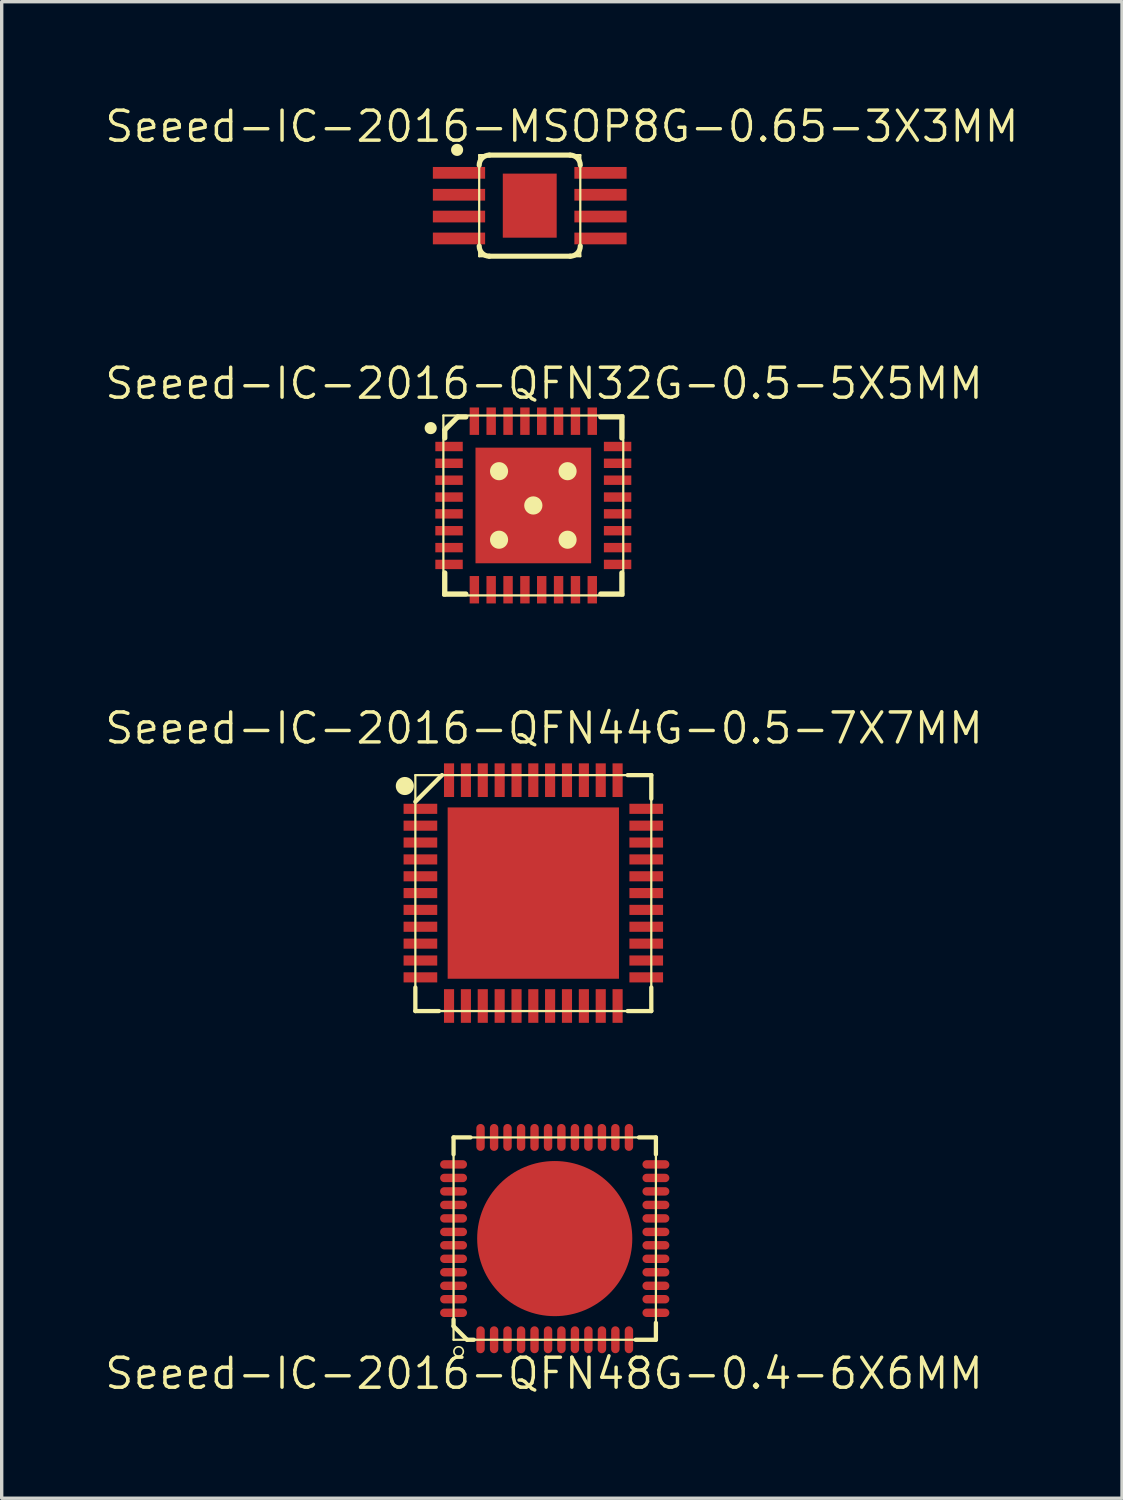
<source format=kicad_pcb>
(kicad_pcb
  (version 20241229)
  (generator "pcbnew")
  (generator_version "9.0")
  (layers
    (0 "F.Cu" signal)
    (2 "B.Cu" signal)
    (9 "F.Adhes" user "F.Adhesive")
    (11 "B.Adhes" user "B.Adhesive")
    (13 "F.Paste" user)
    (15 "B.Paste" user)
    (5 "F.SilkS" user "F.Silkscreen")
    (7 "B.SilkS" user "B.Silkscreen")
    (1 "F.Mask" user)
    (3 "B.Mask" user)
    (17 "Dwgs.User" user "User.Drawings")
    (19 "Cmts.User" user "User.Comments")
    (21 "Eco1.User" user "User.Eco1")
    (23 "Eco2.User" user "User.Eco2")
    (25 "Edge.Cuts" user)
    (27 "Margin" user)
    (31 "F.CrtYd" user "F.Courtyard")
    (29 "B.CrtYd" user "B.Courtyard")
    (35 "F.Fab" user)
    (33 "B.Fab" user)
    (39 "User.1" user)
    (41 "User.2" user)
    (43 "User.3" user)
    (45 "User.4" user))
  (footprint "Seeed-IC-2016-QFN48G-0.4-6X6MM"
    (layer "F.Cu")
    (at 13.399 33.677)
    (property "Reference" "Seeed-IC-2016-QFN48G-0.4-6X6MM" (at -0.318 4 0) (layer "F.SilkS") (effects (font (size 0.889 0.889) (thickness 0.102))))
    (attr smd)
    (fp_line (start -3 -3) (end -2.499 -3) (stroke (width 0.127) (type solid)) (layer "F.SilkS"))
    (fp_line (start -3 -3) (end 3 -3) (stroke (width 0.066) (type solid)) (layer "F.SilkS"))
    (fp_line (start -3 -2.499) (end -3 -3) (stroke (width 0.127) (type solid)) (layer "F.SilkS"))
    (fp_line (start -3 2.398) (end -3 2.598) (stroke (width 0.127) (type solid)) (layer "F.SilkS"))
    (fp_line (start -3 3) (end -3 -3) (stroke (width 0.066) (type solid)) (layer "F.SilkS"))
    (fp_line (start -3 3) (end 3 3) (stroke (width 0.066) (type solid)) (layer "F.SilkS"))
    (fp_line (start -2.598 3) (end -3 2.598) (stroke (width 0.127) (type solid)) (layer "F.SilkS"))
    (fp_line (start -2.398 3) (end -2.598 3) (stroke (width 0.127) (type solid)) (layer "F.SilkS"))
    (fp_line (start 2.398 3) (end 3 3) (stroke (width 0.127) (type solid)) (layer "F.SilkS"))
    (fp_line (start 3 -3) (end 2.499 -3) (stroke (width 0.127) (type solid)) (layer "F.SilkS"))
    (fp_line (start 3 -2.499) (end 3 -3) (stroke (width 0.127) (type solid)) (layer "F.SilkS"))
    (fp_line (start 3 3) (end 3 -3) (stroke (width 0.066) (type solid)) (layer "F.SilkS"))
    (fp_line (start 3 3) (end 3 2.499) (stroke (width 0.127) (type solid)) (layer "F.SilkS"))
    (fp_circle (center -2.85 3.348) (end -2.949 3.447) (stroke (width 0.048) (type solid)) (fill no) (layer "F.SilkS"))
    (pad "1" smd oval (at -2.2 3 90) (size 0.798 0.249) (layers "F.Cu" "F.Mask" "F.Paste"))
    (pad "2" smd oval (at -1.798 3 90) (size 0.798 0.249) (layers "F.Cu" "F.Mask" "F.Paste"))
    (pad "3" smd oval (at -1.4 3 90) (size 0.798 0.249) (layers "F.Cu" "F.Mask" "F.Paste"))
    (pad "4" smd oval (at -0.998 3 90) (size 0.798 0.249) (layers "F.Cu" "F.Mask" "F.Paste"))
    (pad "5" smd oval (at -0.599 3 90) (size 0.798 0.249) (layers "F.Cu" "F.Mask" "F.Paste"))
    (pad "6" smd oval (at -0.198 3 90) (size 0.798 0.249) (layers "F.Cu" "F.Mask" "F.Paste"))
    (pad "7" smd oval (at 0.198 3 90) (size 0.798 0.249) (layers "F.Cu" "F.Mask" "F.Paste"))
    (pad "8" smd oval (at 0.599 3 90) (size 0.798 0.249) (layers "F.Cu" "F.Mask" "F.Paste"))
    (pad "9" smd oval (at 0.998 3 90) (size 0.798 0.249) (layers "F.Cu" "F.Mask" "F.Paste"))
    (pad "10" smd oval (at 1.4 3 90) (size 0.798 0.249) (layers "F.Cu" "F.Mask" "F.Paste"))
    (pad "11" smd oval (at 1.798 3 90) (size 0.798 0.249) (layers "F.Cu" "F.Mask" "F.Paste"))
    (pad "12" smd oval (at 2.2 3 90) (size 0.798 0.249) (layers "F.Cu" "F.Mask" "F.Paste"))
    (pad "13" smd oval (at 3 2.2 180) (size 0.798 0.249) (layers "F.Cu" "F.Mask" "F.Paste"))
    (pad "14" smd oval (at 3 1.798 180) (size 0.798 0.249) (layers "F.Cu" "F.Mask" "F.Paste"))
    (pad "15" smd oval (at 3 1.4 180) (size 0.798 0.249) (layers "F.Cu" "F.Mask" "F.Paste"))
    (pad "16" smd oval (at 3 0.998 180) (size 0.798 0.249) (layers "F.Cu" "F.Mask" "F.Paste"))
    (pad "17" smd oval (at 3 0.599 180) (size 0.798 0.249) (layers "F.Cu" "F.Mask" "F.Paste"))
    (pad "18" smd oval (at 3 0.198 180) (size 0.798 0.249) (layers "F.Cu" "F.Mask" "F.Paste"))
    (pad "19" smd oval (at 3 -0.198 180) (size 0.798 0.249) (layers "F.Cu" "F.Mask" "F.Paste"))
    (pad "20" smd oval (at 3 -0.599 180) (size 0.798 0.249) (layers "F.Cu" "F.Mask" "F.Paste"))
    (pad "21" smd oval (at 3 -0.998 180) (size 0.798 0.249) (layers "F.Cu" "F.Mask" "F.Paste"))
    (pad "22" smd oval (at 3 -1.4 180) (size 0.798 0.249) (layers "F.Cu" "F.Mask" "F.Paste"))
    (pad "23" smd oval (at 3 -1.798 180) (size 0.798 0.249) (layers "F.Cu" "F.Mask" "F.Paste"))
    (pad "24" smd oval (at 3 -2.2 180) (size 0.798 0.249) (layers "F.Cu" "F.Mask" "F.Paste"))
    (pad "25" smd oval (at 2.2 -3 270) (size 0.798 0.249) (layers "F.Cu" "F.Mask" "F.Paste"))
    (pad "26" smd oval (at 1.798 -3 270) (size 0.798 0.249) (layers "F.Cu" "F.Mask" "F.Paste"))
    (pad "27" smd oval (at 1.4 -3 270) (size 0.798 0.249) (layers "F.Cu" "F.Mask" "F.Paste"))
    (pad "28" smd oval (at 0.998 -3 270) (size 0.798 0.249) (layers "F.Cu" "F.Mask" "F.Paste"))
    (pad "29" smd oval (at 0.599 -3 270) (size 0.798 0.249) (layers "F.Cu" "F.Mask" "F.Paste"))
    (pad "30" smd oval (at 0.198 -3 270) (size 0.798 0.249) (layers "F.Cu" "F.Mask" "F.Paste"))
    (pad "31" smd oval (at -0.198 -3 270) (size 0.798 0.249) (layers "F.Cu" "F.Mask" "F.Paste"))
    (pad "32" smd oval (at -0.599 -3 270) (size 0.798 0.249) (layers "F.Cu" "F.Mask" "F.Paste"))
    (pad "33" smd oval (at -0.998 -3 270) (size 0.798 0.249) (layers "F.Cu" "F.Mask" "F.Paste"))
    (pad "34" smd oval (at -1.4 -3 270) (size 0.798 0.249) (layers "F.Cu" "F.Mask" "F.Paste"))
    (pad "35" smd oval (at -1.798 -3 270) (size 0.798 0.249) (layers "F.Cu" "F.Mask" "F.Paste"))
    (pad "36" smd oval (at -2.2 -3 270) (size 0.798 0.249) (layers "F.Cu" "F.Mask" "F.Paste"))
    (pad "37" smd oval (at -3 -2.2) (size 0.798 0.249) (layers "F.Cu" "F.Mask" "F.Paste"))
    (pad "38" smd oval (at -3 -1.798) (size 0.798 0.249) (layers "F.Cu" "F.Mask" "F.Paste"))
    (pad "39" smd oval (at -3 -1.4) (size 0.798 0.249) (layers "F.Cu" "F.Mask" "F.Paste"))
    (pad "40" smd oval (at -3 -0.998) (size 0.798 0.249) (layers "F.Cu" "F.Mask" "F.Paste"))
    (pad "41" smd oval (at -3 -0.599) (size 0.798 0.249) (layers "F.Cu" "F.Mask" "F.Paste"))
    (pad "42" smd oval (at -3 -0.198) (size 0.798 0.249) (layers "F.Cu" "F.Mask" "F.Paste"))
    (pad "43" smd oval (at -3 0.198) (size 0.798 0.249) (layers "F.Cu" "F.Mask" "F.Paste"))
    (pad "44" smd oval (at -3 0.599) (size 0.798 0.249) (layers "F.Cu" "F.Mask" "F.Paste"))
    (pad "45" smd oval (at -3 0.998) (size 0.798 0.249) (layers "F.Cu" "F.Mask" "F.Paste"))
    (pad "46" smd oval (at -3 1.4) (size 0.798 0.249) (layers "F.Cu" "F.Mask" "F.Paste"))
    (pad "47" smd oval (at -3 1.798) (size 0.798 0.249) (layers "F.Cu" "F.Mask" "F.Paste"))
    (pad "48" smd oval (at -3 2.2) (size 0.798 0.249) (layers "F.Cu" "F.Mask" "F.Paste"))
    (pad "PAD" smd oval (at 0 0) (size 4.6 4.6) (layers "F.Cu" "F.Mask" "F.Paste")))
  (footprint "Seeed-IC-2016-QFN32G-0.5-5X5MM"
    (layer "F.Cu")
    (at 12.764 11.938)
    (property "Reference" "Seeed-IC-2016-QFN32G-0.5-5X5MM" (at 0.318 -3.617 0) (layer "F.SilkS") (effects (font (size 0.889 0.889) (thickness 0.102))))
    (attr smd)
    (fp_line (start -2.667 -2.667) (end 2.667 -2.667) (stroke (width 0.066) (type solid)) (layer "F.SilkS"))
    (fp_line (start -2.667 2.667) (end -2.667 -2.667) (stroke (width 0.066) (type solid)) (layer "F.SilkS"))
    (fp_line (start -2.667 2.667) (end 2.667 2.667) (stroke (width 0.066) (type solid)) (layer "F.SilkS"))
    (fp_line (start -2.624 -2.243) (end -2.243 -2.624) (stroke (width 0.152) (type solid)) (layer "F.SilkS"))
    (fp_line (start -2.624 -1.999) (end -2.624 -2.243) (stroke (width 0.152) (type solid)) (layer "F.SilkS"))
    (fp_line (start -2.624 2.624) (end -2.624 1.999) (stroke (width 0.152) (type solid)) (layer "F.SilkS"))
    (fp_line (start -2.243 -2.624) (end -1.999 -2.624) (stroke (width 0.152) (type solid)) (layer "F.SilkS"))
    (fp_line (start -1.999 2.624) (end -2.624 2.624) (stroke (width 0.152) (type solid)) (layer "F.SilkS"))
    (fp_line (start 1.999 -2.624) (end 2.624 -2.624) (stroke (width 0.152) (type solid)) (layer "F.SilkS"))
    (fp_line (start 2.624 -2.624) (end 2.624 -1.999) (stroke (width 0.152) (type solid)) (layer "F.SilkS"))
    (fp_line (start 2.624 1.999) (end 2.624 2.624) (stroke (width 0.152) (type solid)) (layer "F.SilkS"))
    (fp_line (start 2.624 2.624) (end 1.999 2.624) (stroke (width 0.152) (type solid)) (layer "F.SilkS"))
    (fp_line (start 2.667 2.667) (end 2.667 -2.667) (stroke (width 0.066) (type solid)) (layer "F.SilkS"))
    (fp_circle (center -3.043 -2.294) (end -3.17 -2.421) (stroke (width 0) (type solid)) (fill yes) (layer "F.SilkS"))
    (fp_circle (center -1.016 -1.016) (end -1.206 -1.206) (stroke (width 0) (type solid)) (fill yes) (layer "F.SilkS"))
    (fp_circle (center -1.016 1.016) (end -1.206 1.206) (stroke (width 0) (type solid)) (fill yes) (layer "F.SilkS"))
    (fp_circle (center 0 0) (end -0.191 0.191) (stroke (width 0) (type solid)) (fill yes) (layer "F.SilkS"))
    (fp_circle (center 1.016 -1.016) (end 1.206 -1.206) (stroke (width 0) (type solid)) (fill yes) (layer "F.SilkS"))
    (fp_circle (center 1.016 1.016) (end 1.206 1.206) (stroke (width 0) (type solid)) (fill yes) (layer "F.SilkS"))
    (pad "1" smd rect (at -2.499 -1.748) (size 0.813 0.279) (layers "F.Cu" "F.Mask" "F.Paste"))
    (pad "2" smd rect (at -2.499 -1.25) (size 0.813 0.279) (layers "F.Cu" "F.Mask" "F.Paste"))
    (pad "3" smd rect (at -2.499 -0.749) (size 0.813 0.279) (layers "F.Cu" "F.Mask" "F.Paste"))
    (pad "4" smd rect (at -2.499 -0.249) (size 0.813 0.279) (layers "F.Cu" "F.Mask" "F.Paste"))
    (pad "5" smd rect (at -2.499 0.249) (size 0.813 0.279) (layers "F.Cu" "F.Mask" "F.Paste"))
    (pad "6" smd rect (at -2.499 0.749) (size 0.813 0.279) (layers "F.Cu" "F.Mask" "F.Paste"))
    (pad "7" smd rect (at -2.499 1.25) (size 0.813 0.279) (layers "F.Cu" "F.Mask" "F.Paste"))
    (pad "8" smd rect (at -2.499 1.748) (size 0.813 0.279) (layers "F.Cu" "F.Mask" "F.Paste"))
    (pad "9" smd rect (at -1.748 2.499 90) (size 0.813 0.279) (layers "F.Cu" "F.Mask" "F.Paste"))
    (pad "10" smd rect (at -1.25 2.499 90) (size 0.813 0.279) (layers "F.Cu" "F.Mask" "F.Paste"))
    (pad "11" smd rect (at -0.749 2.499 90) (size 0.813 0.279) (layers "F.Cu" "F.Mask" "F.Paste"))
    (pad "12" smd rect (at -0.249 2.499 90) (size 0.813 0.279) (layers "F.Cu" "F.Mask" "F.Paste"))
    (pad "13" smd rect (at 0.249 2.499 90) (size 0.813 0.279) (layers "F.Cu" "F.Mask" "F.Paste"))
    (pad "14" smd rect (at 0.749 2.499 90) (size 0.813 0.279) (layers "F.Cu" "F.Mask" "F.Paste"))
    (pad "15" smd rect (at 1.25 2.499 90) (size 0.813 0.279) (layers "F.Cu" "F.Mask" "F.Paste"))
    (pad "16" smd rect (at 1.748 2.499 90) (size 0.813 0.279) (layers "F.Cu" "F.Mask" "F.Paste"))
    (pad "17" smd rect (at 2.499 1.748 180) (size 0.813 0.279) (layers "F.Cu" "F.Mask" "F.Paste"))
    (pad "18" smd rect (at 2.499 1.25 180) (size 0.813 0.279) (layers "F.Cu" "F.Mask" "F.Paste"))
    (pad "19" smd rect (at 2.499 0.749 180) (size 0.813 0.279) (layers "F.Cu" "F.Mask" "F.Paste"))
    (pad "20" smd rect (at 2.499 0.249 180) (size 0.813 0.279) (layers "F.Cu" "F.Mask" "F.Paste"))
    (pad "21" smd rect (at 2.499 -0.249 180) (size 0.813 0.279) (layers "F.Cu" "F.Mask" "F.Paste"))
    (pad "22" smd rect (at 2.499 -0.749 180) (size 0.813 0.279) (layers "F.Cu" "F.Mask" "F.Paste"))
    (pad "23" smd rect (at 2.499 -1.25 180) (size 0.813 0.279) (layers "F.Cu" "F.Mask" "F.Paste"))
    (pad "24" smd rect (at 2.499 -1.748 180) (size 0.813 0.279) (layers "F.Cu" "F.Mask" "F.Paste"))
    (pad "25" smd rect (at 1.748 -2.499 270) (size 0.813 0.279) (layers "F.Cu" "F.Mask" "F.Paste"))
    (pad "26" smd rect (at 1.25 -2.499 270) (size 0.813 0.279) (layers "F.Cu" "F.Mask" "F.Paste"))
    (pad "27" smd rect (at 0.749 -2.499 270) (size 0.813 0.279) (layers "F.Cu" "F.Mask" "F.Paste"))
    (pad "28" smd rect (at 0.249 -2.499 270) (size 0.813 0.279) (layers "F.Cu" "F.Mask" "F.Paste"))
    (pad "29" smd rect (at -0.249 -2.499 270) (size 0.813 0.279) (layers "F.Cu" "F.Mask" "F.Paste"))
    (pad "30" smd rect (at -0.749 -2.499 270) (size 0.813 0.279) (layers "F.Cu" "F.Mask" "F.Paste"))
    (pad "31" smd rect (at -1.25 -2.499 270) (size 0.813 0.279) (layers "F.Cu" "F.Mask" "F.Paste"))
    (pad "32" smd rect (at -1.748 -2.499 270) (size 0.813 0.279) (layers "F.Cu" "F.Mask" "F.Paste"))
    (pad "33" smd rect (at 0 0) (size 3.429 3.429) (layers "F.Cu" "F.Mask" "F.Paste")))
  (footprint "Seeed-IC-2016-QFN44G-0.5-7X7MM"
    (layer "F.Cu")
    (at 12.764 23.432)
    (property "Reference" "Seeed-IC-2016-QFN44G-0.5-7X7MM" (at 0.318 -4.889 0) (layer "F.SilkS") (effects (font (size 0.889 0.889) (thickness 0.102))))
    (attr smd)
    (fp_line (start -3.498 -3.498) (end 3.498 -3.498) (stroke (width 0.066) (type solid)) (layer "F.SilkS"))
    (fp_line (start -3.498 -2.708) (end -2.708 -3.498) (stroke (width 0.127) (type solid)) (layer "F.SilkS"))
    (fp_line (start -3.498 2.799) (end -3.498 3.498) (stroke (width 0.127) (type solid)) (layer "F.SilkS"))
    (fp_line (start -3.498 3.498) (end -3.498 -3.498) (stroke (width 0.066) (type solid)) (layer "F.SilkS"))
    (fp_line (start -3.498 3.498) (end -2.799 3.498) (stroke (width 0.127) (type solid)) (layer "F.SilkS"))
    (fp_line (start -3.498 3.498) (end 3.498 3.498) (stroke (width 0.066) (type solid)) (layer "F.SilkS"))
    (fp_line (start 2.799 3.498) (end 3.498 3.498) (stroke (width 0.127) (type solid)) (layer "F.SilkS"))
    (fp_line (start 3.498 -3.498) (end 2.799 -3.498) (stroke (width 0.127) (type solid)) (layer "F.SilkS"))
    (fp_line (start 3.498 -2.799) (end 3.498 -3.498) (stroke (width 0.127) (type solid)) (layer "F.SilkS"))
    (fp_line (start 3.498 3.498) (end 3.498 -3.498) (stroke (width 0.066) (type solid)) (layer "F.SilkS"))
    (fp_line (start 3.498 3.498) (end 3.498 2.799) (stroke (width 0.127) (type solid)) (layer "F.SilkS"))
    (fp_circle (center -3.81 -3.175) (end -4 -3.365) (stroke (width 0) (type solid)) (fill yes) (layer "F.SilkS"))
    (pad "1" smd rect (at -3.348 -2.499 180) (size 0.998 0.3) (layers "F.Cu" "F.Mask" "F.Paste"))
    (pad "2" smd rect (at -3.348 -1.999 180) (size 0.998 0.3) (layers "F.Cu" "F.Mask" "F.Paste"))
    (pad "3" smd rect (at -3.348 -1.499 180) (size 0.998 0.3) (layers "F.Cu" "F.Mask" "F.Paste"))
    (pad "4" smd rect (at -3.348 -0.998 180) (size 0.998 0.3) (layers "F.Cu" "F.Mask" "F.Paste"))
    (pad "5" smd rect (at -3.348 -0.498 180) (size 0.998 0.3) (layers "F.Cu" "F.Mask" "F.Paste"))
    (pad "6" smd rect (at -3.348 0 180) (size 0.998 0.3) (layers "F.Cu" "F.Mask" "F.Paste"))
    (pad "7" smd rect (at -3.348 0.498 180) (size 0.998 0.3) (layers "F.Cu" "F.Mask" "F.Paste"))
    (pad "8" smd rect (at -3.348 0.998 180) (size 0.998 0.3) (layers "F.Cu" "F.Mask" "F.Paste"))
    (pad "9" smd rect (at -3.348 1.499 180) (size 0.998 0.3) (layers "F.Cu" "F.Mask" "F.Paste"))
    (pad "10" smd rect (at -3.348 1.999 180) (size 0.998 0.3) (layers "F.Cu" "F.Mask" "F.Paste"))
    (pad "11" smd rect (at -3.348 2.499 180) (size 0.998 0.3) (layers "F.Cu" "F.Mask" "F.Paste"))
    (pad "12" smd rect (at -2.499 3.348 270) (size 0.998 0.3) (layers "F.Cu" "F.Mask" "F.Paste"))
    (pad "13" smd rect (at -1.999 3.348 270) (size 0.998 0.3) (layers "F.Cu" "F.Mask" "F.Paste"))
    (pad "14" smd rect (at -1.499 3.348 270) (size 0.998 0.3) (layers "F.Cu" "F.Mask" "F.Paste"))
    (pad "15" smd rect (at -0.998 3.348 270) (size 0.998 0.3) (layers "F.Cu" "F.Mask" "F.Paste"))
    (pad "16" smd rect (at -0.498 3.348 270) (size 0.998 0.3) (layers "F.Cu" "F.Mask" "F.Paste"))
    (pad "17" smd rect (at 0 3.348 270) (size 0.998 0.3) (layers "F.Cu" "F.Mask" "F.Paste"))
    (pad "18" smd rect (at 0.498 3.348 270) (size 0.998 0.3) (layers "F.Cu" "F.Mask" "F.Paste"))
    (pad "19" smd rect (at 0.998 3.348 270) (size 0.998 0.3) (layers "F.Cu" "F.Mask" "F.Paste"))
    (pad "20" smd rect (at 1.499 3.348 270) (size 0.998 0.3) (layers "F.Cu" "F.Mask" "F.Paste"))
    (pad "21" smd rect (at 1.999 3.348 270) (size 0.998 0.3) (layers "F.Cu" "F.Mask" "F.Paste"))
    (pad "22" smd rect (at 2.499 3.348 270) (size 0.998 0.3) (layers "F.Cu" "F.Mask" "F.Paste"))
    (pad "23" smd rect (at 3.348 2.499) (size 0.998 0.3) (layers "F.Cu" "F.Mask" "F.Paste"))
    (pad "24" smd rect (at 3.348 1.999) (size 0.998 0.3) (layers "F.Cu" "F.Mask" "F.Paste"))
    (pad "25" smd rect (at 3.348 1.499) (size 0.998 0.3) (layers "F.Cu" "F.Mask" "F.Paste"))
    (pad "26" smd rect (at 3.348 0.998) (size 0.998 0.3) (layers "F.Cu" "F.Mask" "F.Paste"))
    (pad "27" smd rect (at 3.348 0.498) (size 0.998 0.3) (layers "F.Cu" "F.Mask" "F.Paste"))
    (pad "28" smd rect (at 3.348 0) (size 0.998 0.3) (layers "F.Cu" "F.Mask" "F.Paste"))
    (pad "29" smd rect (at 3.348 -0.498) (size 0.998 0.3) (layers "F.Cu" "F.Mask" "F.Paste"))
    (pad "30" smd rect (at 3.348 -0.998) (size 0.998 0.3) (layers "F.Cu" "F.Mask" "F.Paste"))
    (pad "31" smd rect (at 3.348 -1.499) (size 0.998 0.3) (layers "F.Cu" "F.Mask" "F.Paste"))
    (pad "32" smd rect (at 3.348 -1.999) (size 0.998 0.3) (layers "F.Cu" "F.Mask" "F.Paste"))
    (pad "33" smd rect (at 3.348 -2.499) (size 0.998 0.3) (layers "F.Cu" "F.Mask" "F.Paste"))
    (pad "34" smd rect (at 2.499 -3.348 90) (size 0.998 0.3) (layers "F.Cu" "F.Mask" "F.Paste"))
    (pad "35" smd rect (at 1.999 -3.348 90) (size 0.998 0.3) (layers "F.Cu" "F.Mask" "F.Paste"))
    (pad "36" smd rect (at 1.499 -3.348 90) (size 0.998 0.3) (layers "F.Cu" "F.Mask" "F.Paste"))
    (pad "37" smd rect (at 0.998 -3.348 90) (size 0.998 0.3) (layers "F.Cu" "F.Mask" "F.Paste"))
    (pad "38" smd rect (at 0.498 -3.348 90) (size 0.998 0.3) (layers "F.Cu" "F.Mask" "F.Paste"))
    (pad "39" smd rect (at 0 -3.348 90) (size 0.998 0.3) (layers "F.Cu" "F.Mask" "F.Paste"))
    (pad "40" smd rect (at -0.498 -3.348 90) (size 0.998 0.3) (layers "F.Cu" "F.Mask" "F.Paste"))
    (pad "41" smd rect (at -0.998 -3.348 90) (size 0.998 0.3) (layers "F.Cu" "F.Mask" "F.Paste"))
    (pad "42" smd rect (at -1.499 -3.348 90) (size 0.998 0.3) (layers "F.Cu" "F.Mask" "F.Paste"))
    (pad "43" smd rect (at -1.999 -3.348 90) (size 0.998 0.3) (layers "F.Cu" "F.Mask" "F.Paste"))
    (pad "44" smd rect (at -2.499 -3.348 90) (size 0.998 0.3) (layers "F.Cu" "F.Mask" "F.Paste"))
    (pad "TAB" smd rect (at 0 0) (size 5.08 5.08) (layers "F.Cu" "F.Mask" "F.Paste")))
  (footprint "Seeed-IC-2016-MSOP8G-0.65-3X3MM"
    (layer "F.Cu")
    (at 12.658 3.048)
    (property "Reference" "Seeed-IC-2016-MSOP8G-0.65-3X3MM" (at 0.953 -2.349 0) (layer "F.SilkS") (effects (font (size 0.889 0.889) (thickness 0.102))))
    (attr smd)
    (fp_line (start -1.499 -1.499) (end 1.499 -1.499) (stroke (width 0.066) (type solid)) (layer "F.SilkS"))
    (fp_line (start -1.499 1.499) (end -1.499 -1.499) (stroke (width 0.066) (type solid)) (layer "F.SilkS"))
    (fp_line (start -1.499 1.499) (end 1.499 1.499) (stroke (width 0.066) (type solid)) (layer "F.SilkS"))
    (fp_line (start -1.199 -1.499) (end 1.199 -1.499) (stroke (width 0.152) (type solid)) (layer "F.SilkS"))
    (fp_line (start -1.199 1.499) (end 1.199 1.499) (stroke (width 0.152) (type solid)) (layer "F.SilkS"))
    (fp_line (start 1.499 1.499) (end 1.499 -1.499) (stroke (width 0.066) (type solid)) (layer "F.SilkS"))
    (fp_arc (start -1.4986 -1.19888) (mid -1.410814 -1.410814) (end -1.19888 -1.4986) (stroke (width 0.1524) (type solid)) (layer "F.SilkS"))
    (fp_arc (start -1.19888 1.4986) (mid -1.410814 1.410814) (end -1.4986 1.19888) (stroke (width 0.1524) (type solid)) (layer "F.SilkS"))
    (fp_arc (start 1.19888 -1.4986) (mid 1.410814 -1.410814) (end 1.4986 -1.19888) (stroke (width 0.1524) (type solid)) (layer "F.SilkS"))
    (fp_arc (start 1.4986 1.19888) (mid 1.410814 1.410814) (end 1.19888 1.4986) (stroke (width 0.1524) (type solid)) (layer "F.SilkS"))
    (fp_circle (center -2.154 -1.654) (end -2.281 -1.781) (stroke (width 0) (type solid)) (fill yes) (layer "F.SilkS"))
    (pad "1" smd rect (at -2.098 -0.973 270) (size 0.348 1.549) (layers "F.Cu" "F.Mask" "F.Paste"))
    (pad "2" smd rect (at -2.098 -0.323 270) (size 0.348 1.549) (layers "F.Cu" "F.Mask" "F.Paste"))
    (pad "3" smd rect (at -2.098 0.323 270) (size 0.348 1.549) (layers "F.Cu" "F.Mask" "F.Paste"))
    (pad "4" smd rect (at -2.098 0.973 270) (size 0.348 1.549) (layers "F.Cu" "F.Mask" "F.Paste"))
    (pad "5" smd rect (at 2.098 0.973 270) (size 0.348 1.549) (layers "F.Cu" "F.Mask" "F.Paste"))
    (pad "6" smd rect (at 2.098 0.323 270) (size 0.348 1.549) (layers "F.Cu" "F.Mask" "F.Paste"))
    (pad "7" smd rect (at 2.098 -0.323 270) (size 0.348 1.549) (layers "F.Cu" "F.Mask" "F.Paste"))
    (pad "8" smd rect (at 2.098 -0.973 270) (size 0.348 1.549) (layers "F.Cu" "F.Mask" "F.Paste"))
    (pad "PAD" smd rect (at 0 0 90) (size 1.9 1.598) (layers "F.Cu" "F.Mask" "F.Paste")))
  (gr_rect
    (start -3 -3)
    (end 30.22 41.376)
    (stroke (width 0.1) (type default))
    (fill no)
    (layer "Edge.Cuts")))
</source>
